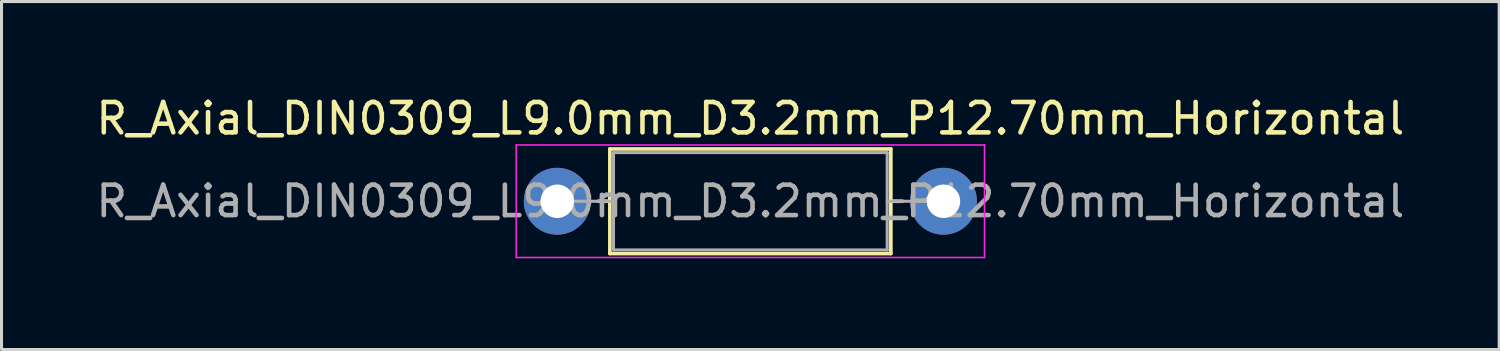
<source format=kicad_pcb>
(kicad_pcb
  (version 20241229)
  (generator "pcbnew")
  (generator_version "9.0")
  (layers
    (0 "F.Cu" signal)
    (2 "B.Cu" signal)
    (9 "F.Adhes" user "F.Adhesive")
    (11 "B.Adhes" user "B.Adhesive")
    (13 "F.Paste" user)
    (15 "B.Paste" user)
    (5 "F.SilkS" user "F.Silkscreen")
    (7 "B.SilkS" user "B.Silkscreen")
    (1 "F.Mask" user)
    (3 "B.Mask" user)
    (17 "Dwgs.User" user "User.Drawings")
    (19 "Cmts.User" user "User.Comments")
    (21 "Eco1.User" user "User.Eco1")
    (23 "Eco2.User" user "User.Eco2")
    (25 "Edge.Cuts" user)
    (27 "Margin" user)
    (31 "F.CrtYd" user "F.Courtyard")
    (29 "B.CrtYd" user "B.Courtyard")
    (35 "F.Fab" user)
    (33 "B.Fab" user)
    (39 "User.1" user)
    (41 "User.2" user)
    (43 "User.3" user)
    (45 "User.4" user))
  (footprint "R_Axial_DIN0309_L9.0mm_D3.2mm_P12.70mm_Horizontal"
    (layer "F.Cu")
    (at 15.275 3.568)
    (property "Reference" "R_Axial_DIN0309_L9.0mm_D3.2mm_P12.70mm_Horizontal" (at 6.35 -2.72 0) (layer "F.SilkS") (effects (font (size 1 1) (thickness 0.15))))
    (attr through_hole)
    (fp_line (start 1.35 0) (end 1.73 0) (stroke (width 0.12) (type solid)) (layer "F.SilkS"))
    (fp_line (start 1.73 -1.72) (end 1.73 1.72) (stroke (width 0.12) (type solid)) (layer "F.SilkS"))
    (fp_line (start 1.73 1.72) (end 10.97 1.72) (stroke (width 0.12) (type solid)) (layer "F.SilkS"))
    (fp_line (start 10.97 -1.72) (end 1.73 -1.72) (stroke (width 0.12) (type solid)) (layer "F.SilkS"))
    (fp_line (start 10.97 1.72) (end 10.97 -1.72) (stroke (width 0.12) (type solid)) (layer "F.SilkS"))
    (fp_line (start 11.35 0) (end 10.97 0) (stroke (width 0.12) (type solid)) (layer "F.SilkS"))
    (fp_line (start -1.35 -1.85) (end -1.35 1.85) (stroke (width 0.05) (type solid)) (layer "F.CrtYd"))
    (fp_line (start -1.35 1.85) (end 14.05 1.85) (stroke (width 0.05) (type solid)) (layer "F.CrtYd"))
    (fp_line (start 14.05 -1.85) (end -1.35 -1.85) (stroke (width 0.05) (type solid)) (layer "F.CrtYd"))
    (fp_line (start 14.05 1.85) (end 14.05 -1.85) (stroke (width 0.05) (type solid)) (layer "F.CrtYd"))
    (fp_line (start 0 0) (end 1.85 0) (stroke (width 0.1) (type solid)) (layer "F.Fab"))
    (fp_line (start 1.85 -1.6) (end 1.85 1.6) (stroke (width 0.1) (type solid)) (layer "F.Fab"))
    (fp_line (start 1.85 1.6) (end 10.85 1.6) (stroke (width 0.1) (type solid)) (layer "F.Fab"))
    (fp_line (start 10.85 -1.6) (end 1.85 -1.6) (stroke (width 0.1) (type solid)) (layer "F.Fab"))
    (fp_line (start 10.85 1.6) (end 10.85 -1.6) (stroke (width 0.1) (type solid)) (layer "F.Fab"))
    (fp_line (start 12.7 0) (end 10.85 0) (stroke (width 0.1) (type solid)) (layer "F.Fab"))
    (fp_text user "${REFERENCE}" (at 6.35 0 0) (layer "F.Fab") (effects (font (size 1 1) (thickness 0.15))))
    (pad "1" thru_hole circle (at 0 0) (size 2.2 2.2) (drill 1.1) (layers "*.Cu" "*.Mask"))
    (pad "2" thru_hole oval (at 12.7 0) (size 2.2 2.2) (drill 1.1) (layers "*.Cu" "*.Mask")))
  (gr_rect
    (start -3 -3)
    (end 46.25 8.443)
    (stroke (width 0.1) (type default))
    (fill no)
    (layer "Edge.Cuts")))
</source>
